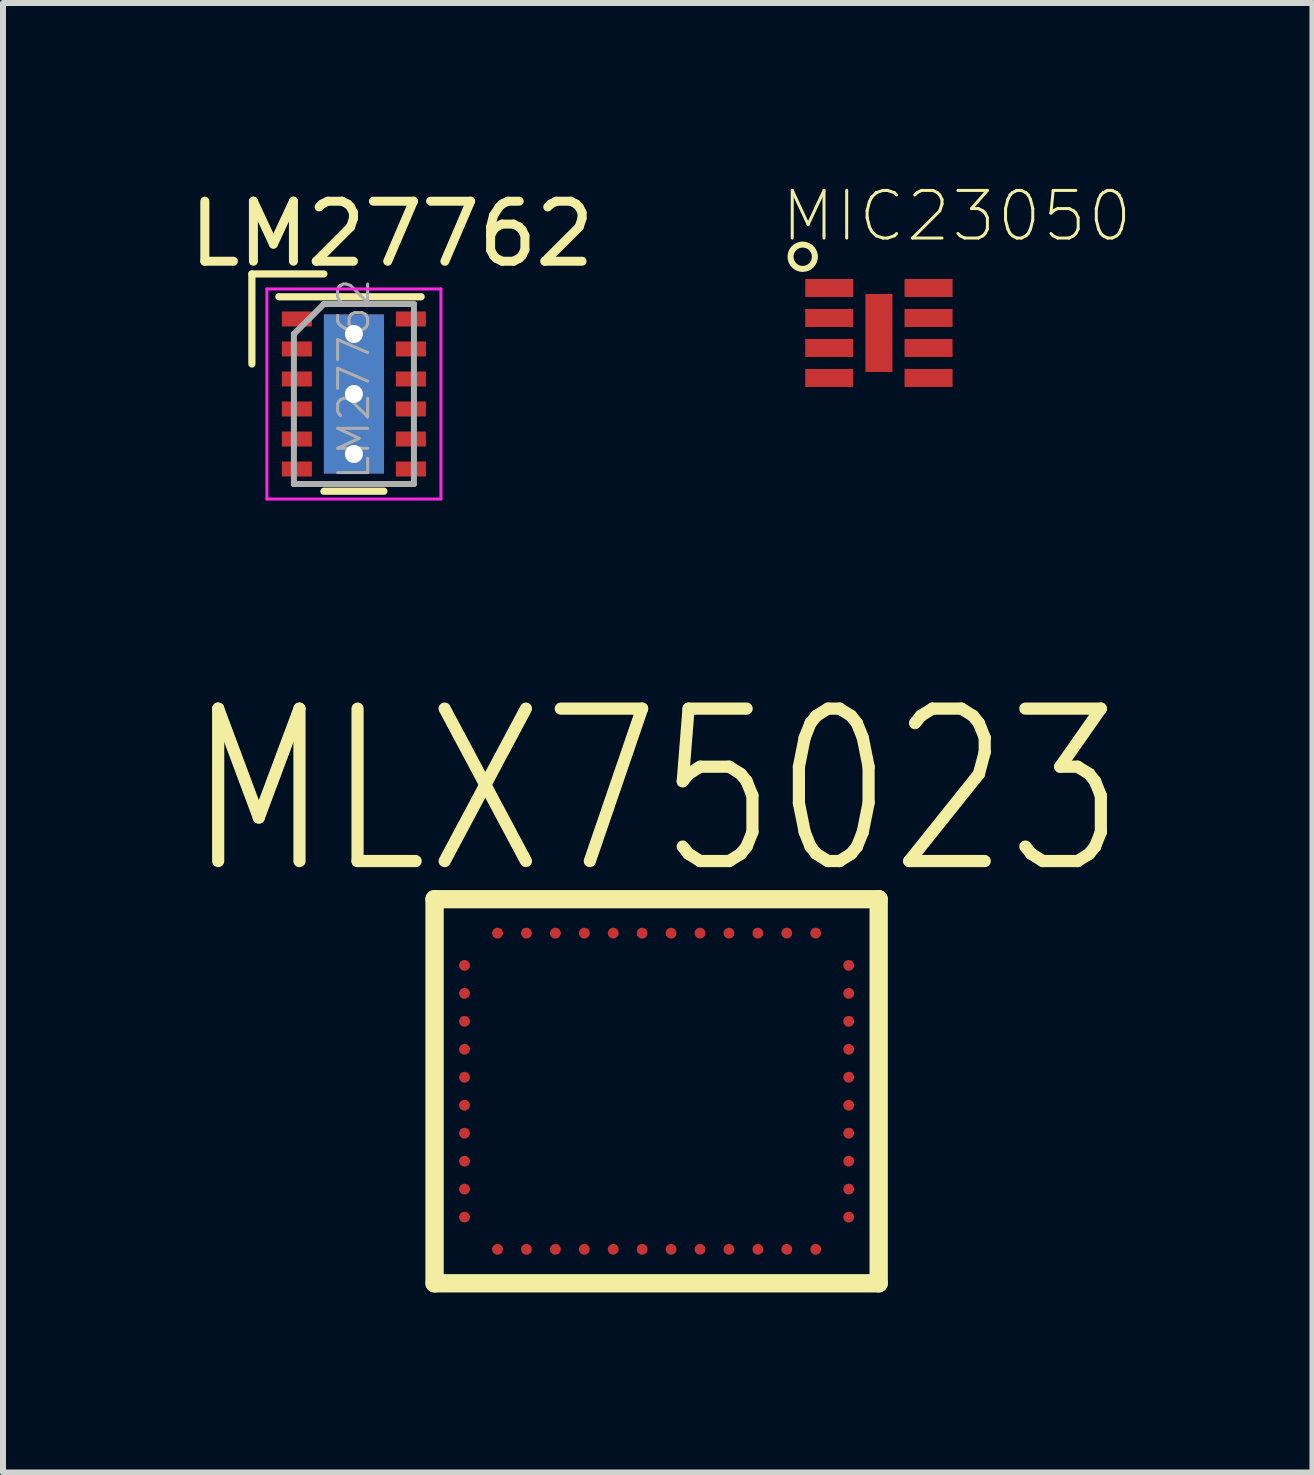
<source format=kicad_pcb>
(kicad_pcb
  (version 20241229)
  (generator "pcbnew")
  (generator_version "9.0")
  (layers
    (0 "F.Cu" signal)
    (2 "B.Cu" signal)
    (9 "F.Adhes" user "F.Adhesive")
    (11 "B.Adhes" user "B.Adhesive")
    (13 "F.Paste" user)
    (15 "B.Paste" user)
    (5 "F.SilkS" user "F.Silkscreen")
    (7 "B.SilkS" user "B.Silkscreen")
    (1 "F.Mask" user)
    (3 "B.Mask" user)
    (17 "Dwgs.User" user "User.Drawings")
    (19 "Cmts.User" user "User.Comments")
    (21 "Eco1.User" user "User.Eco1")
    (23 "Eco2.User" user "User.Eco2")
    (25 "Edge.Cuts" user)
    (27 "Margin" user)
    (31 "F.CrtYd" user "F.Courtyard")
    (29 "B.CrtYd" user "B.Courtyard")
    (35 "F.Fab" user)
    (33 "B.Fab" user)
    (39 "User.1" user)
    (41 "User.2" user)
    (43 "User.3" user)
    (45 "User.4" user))
  (footprint "LM27762"
    (layer "F.Cu")
    (at 2.847 3.515)
    (property "Reference" "LM27762" (at 0.635 -2.667 0) (layer "F.SilkS") (effects (font (size 1 1) (thickness 0.15))))
    (attr smd)
    (fp_line (start -1.7 -2) (end -0.5 -2) (stroke (width 0.12) (type solid)) (layer "F.SilkS"))
    (fp_line (start -1.7 -0.5) (end -1.7 -2) (stroke (width 0.12) (type solid)) (layer "F.SilkS"))
    (fp_line (start -1.25 -1.62) (end 1.12 -1.62) (stroke (width 0.12) (type solid)) (layer "F.SilkS"))
    (fp_line (start 0.5 1.62) (end -0.5 1.62) (stroke (width 0.12) (type solid)) (layer "F.SilkS"))
    (fp_line (start -1.45 -1.75) (end 1.45 -1.75) (stroke (width 0.05) (type solid)) (layer "F.CrtYd"))
    (fp_line (start -1.45 1.75) (end -1.45 -1.75) (stroke (width 0.05) (type solid)) (layer "F.CrtYd"))
    (fp_line (start 1.45 -1.75) (end 1.45 1.75) (stroke (width 0.05) (type solid)) (layer "F.CrtYd"))
    (fp_line (start 1.45 1.75) (end -1.45 1.75) (stroke (width 0.05) (type solid)) (layer "F.CrtYd"))
    (fp_line (start -1 -1) (end -0.5 -1.5) (stroke (width 0.1) (type solid)) (layer "F.Fab"))
    (fp_line (start -1 1.5) (end -1 -1) (stroke (width 0.1) (type solid)) (layer "F.Fab"))
    (fp_line (start -0.5 -1.5) (end 1 -1.5) (stroke (width 0.1) (type solid)) (layer "F.Fab"))
    (fp_line (start 1 -1.5) (end 1 1.5) (stroke (width 0.1) (type solid)) (layer "F.Fab"))
    (fp_line (start 1 1.5) (end -1 1.5) (stroke (width 0.1) (type solid)) (layer "F.Fab"))
    (fp_text user "${REFERENCE}" (at 0 -0.25 90) (layer "F.Fab") (effects (font (size 0.5 0.5) (thickness 0.05))))
    (pad "" smd rect (at 0 -0.5) (size 0.95 0.8) (layers "F.Paste"))
    (pad "" smd rect (at 0 0.5) (size 0.95 0.8) (layers "F.Paste"))
    (pad "1" smd rect (at -0.95 -1.25) (size 0.5 0.25) (layers "F.Cu" "F.Mask" "F.Paste"))
    (pad "2" smd rect (at -0.95 -0.75) (size 0.5 0.25) (layers "F.Cu" "F.Mask" "F.Paste"))
    (pad "3" smd rect (at -0.95 -0.25) (size 0.5 0.25) (layers "F.Cu" "F.Mask" "F.Paste"))
    (pad "4" smd rect (at -0.95 0.25) (size 0.5 0.25) (layers "F.Cu" "F.Mask" "F.Paste"))
    (pad "5" smd rect (at -0.95 0.75) (size 0.5 0.25) (layers "F.Cu" "F.Mask" "F.Paste"))
    (pad "6" smd rect (at -0.95 1.25) (size 0.5 0.25) (layers "F.Cu" "F.Mask" "F.Paste"))
    (pad "7" smd rect (at 0.95 1.25) (size 0.5 0.25) (layers "F.Cu" "F.Mask" "F.Paste"))
    (pad "8" smd rect (at 0.95 0.75) (size 0.5 0.25) (layers "F.Cu" "F.Mask" "F.Paste"))
    (pad "9" smd rect (at 0.95 0.25) (size 0.5 0.25) (layers "F.Cu" "F.Mask" "F.Paste"))
    (pad "10" smd rect (at 0.95 -0.25) (size 0.5 0.25) (layers "F.Cu" "F.Mask" "F.Paste"))
    (pad "11" smd rect (at 0.95 -0.75) (size 0.5 0.25) (layers "F.Cu" "F.Mask" "F.Paste"))
    (pad "12" smd rect (at 0.95 -1.25) (size 0.5 0.25) (layers "F.Cu" "F.Mask" "F.Paste"))
    (pad "13" thru_hole circle (at 0 -1 90) (size 0.6 0.6) (drill 0.3) (layers "*.Cu"))
    (pad "13" thru_hole circle (at 0 0) (size 0.6 0.6) (drill 0.3) (layers "*.Cu"))
    (pad "13" smd rect (at 0 0) (size 1 2.65) (layers "F.Cu" "F.Mask"))
    (pad "13" smd rect (at 0 0) (size 1 2.65) (layers "B.Cu"))
    (pad "13" thru_hole circle (at 0 1) (size 0.6 0.6) (drill 0.3) (layers "*.Cu")))
  (footprint "MIC23050"
    (layer "F.Cu")
    (at 11.595 2.498)
    (property "Reference" "MIC23050" (at 1.297 -1.946 0) (layer "F.SilkS") (effects (font (size 0.794 0.794) (thickness 0.05))))
    (attr smd)
    (fp_circle (center -1.27 -1.27) (end -1.067 -1.27) (stroke (width 0.1) (type solid)) (fill no) (layer "F.SilkS"))
    (pad "1" smd rect (at -0.827 -0.75) (size 0.8 0.3) (layers "F.Cu" "F.Mask" "F.Paste"))
    (pad "2" smd rect (at -0.827 -0.25) (size 0.8 0.3) (layers "F.Cu" "F.Mask" "F.Paste"))
    (pad "3" smd rect (at -0.827 0.25) (size 0.8 0.3) (layers "F.Cu" "F.Mask" "F.Paste"))
    (pad "4" smd rect (at -0.827 0.75) (size 0.8 0.3) (layers "F.Cu" "F.Mask" "F.Paste"))
    (pad "5" smd rect (at 0.827 0.75 180) (size 0.8 0.3) (layers "F.Cu" "F.Mask" "F.Paste"))
    (pad "6" smd rect (at 0.827 0.25 180) (size 0.8 0.3) (layers "F.Cu" "F.Mask" "F.Paste"))
    (pad "7" smd rect (at 0.827 -0.25 180) (size 0.8 0.3) (layers "F.Cu" "F.Mask" "F.Paste"))
    (pad "8" smd rect (at 0.827 -0.75 180) (size 0.8 0.3) (layers "F.Cu" "F.Mask" "F.Paste"))
    (pad "9" smd rect (at 0 0 270) (size 1.3 0.45) (layers "F.Cu" "F.Mask" "F.Paste")))
  (footprint "MLX75023"
    (layer "F.Cu")
    (at 7.891 15.133)
    (property "Reference" "MLX75023" (at 0 -5 0) (layer "F.SilkS") (effects (font (size 2.54 2.032) (thickness 0.203))))
    (attr through_hole)
    (fp_line (start -3.7 -3.2) (end -3.7 3.2) (stroke (width 0.305) (type solid)) (layer "F.SilkS"))
    (fp_line (start -3.7 3.2) (end 3.7 3.2) (stroke (width 0.305) (type solid)) (layer "F.SilkS"))
    (fp_line (start 3.7 -3.2) (end -3.7 -3.2) (stroke (width 0.305) (type solid)) (layer "F.SilkS"))
    (fp_line (start 3.7 3.2) (end 3.7 -3.2) (stroke (width 0.305) (type solid)) (layer "F.SilkS"))
    (pad "1" smd circle (at -3.201 -2.097) (size 0.18 0.18) (layers "F.Cu" "F.Mask" "F.Paste"))
    (pad "2" smd circle (at -3.201 -1.631) (size 0.18 0.18) (layers "F.Cu" "F.Mask" "F.Paste"))
    (pad "3" smd circle (at -3.201 -1.165) (size 0.18 0.18) (layers "F.Cu" "F.Mask" "F.Paste"))
    (pad "4" smd circle (at -3.201 -0.699) (size 0.18 0.18) (layers "F.Cu" "F.Mask" "F.Paste"))
    (pad "5" smd circle (at -3.201 -0.233) (size 0.18 0.18) (layers "F.Cu" "F.Mask" "F.Paste"))
    (pad "6" smd circle (at -3.201 0.233) (size 0.18 0.18) (layers "F.Cu" "F.Mask" "F.Paste"))
    (pad "7" smd circle (at -3.201 0.699) (size 0.18 0.18) (layers "F.Cu" "F.Mask" "F.Paste"))
    (pad "8" smd circle (at -3.201 1.165) (size 0.18 0.18) (layers "F.Cu" "F.Mask" "F.Paste"))
    (pad "9" smd circle (at -3.201 1.631) (size 0.18 0.18) (layers "F.Cu" "F.Mask" "F.Paste"))
    (pad "10" smd circle (at -3.201 2.097) (size 0.18 0.18) (layers "F.Cu" "F.Mask" "F.Paste"))
    (pad "11" smd circle (at -2.651 2.634) (size 0.18 0.18) (layers "F.Cu" "F.Mask" "F.Paste"))
    (pad "12" smd circle (at -2.169 2.634) (size 0.18 0.18) (layers "F.Cu" "F.Mask" "F.Paste"))
    (pad "13" smd circle (at -1.687 2.634) (size 0.18 0.18) (layers "F.Cu" "F.Mask" "F.Paste"))
    (pad "14" smd circle (at -1.205 2.634) (size 0.18 0.18) (layers "F.Cu" "F.Mask" "F.Paste"))
    (pad "15" smd circle (at -0.723 2.634) (size 0.18 0.18) (layers "F.Cu" "F.Mask" "F.Paste"))
    (pad "16" smd circle (at -0.241 2.634) (size 0.18 0.18) (layers "F.Cu" "F.Mask" "F.Paste"))
    (pad "17" smd circle (at 0.241 2.634) (size 0.18 0.18) (layers "F.Cu" "F.Mask" "F.Paste"))
    (pad "18" smd circle (at 0.723 2.634) (size 0.18 0.18) (layers "F.Cu" "F.Mask" "F.Paste"))
    (pad "19" smd circle (at 1.205 2.634) (size 0.18 0.18) (layers "F.Cu" "F.Mask" "F.Paste"))
    (pad "20" smd circle (at 1.687 2.634) (size 0.18 0.18) (layers "F.Cu" "F.Mask" "F.Paste"))
    (pad "21" smd circle (at 2.169 2.634) (size 0.18 0.18) (layers "F.Cu" "F.Mask" "F.Paste"))
    (pad "22" smd circle (at 2.651 2.634) (size 0.18 0.18) (layers "F.Cu" "F.Mask" "F.Paste"))
    (pad "23" smd circle (at 3.201 2.097) (size 0.18 0.18) (layers "F.Cu" "F.Mask" "F.Paste"))
    (pad "24" smd circle (at 3.201 1.631) (size 0.18 0.18) (layers "F.Cu" "F.Mask" "F.Paste"))
    (pad "25" smd circle (at 3.201 1.165) (size 0.18 0.18) (layers "F.Cu" "F.Mask" "F.Paste"))
    (pad "26" smd circle (at 3.201 0.699) (size 0.18 0.18) (layers "F.Cu" "F.Mask" "F.Paste"))
    (pad "27" smd circle (at 3.201 0.233) (size 0.18 0.18) (layers "F.Cu" "F.Mask" "F.Paste"))
    (pad "28" smd circle (at 3.201 -0.233) (size 0.18 0.18) (layers "F.Cu" "F.Mask" "F.Paste"))
    (pad "29" smd circle (at 3.201 -0.699) (size 0.18 0.18) (layers "F.Cu" "F.Mask" "F.Paste"))
    (pad "30" smd circle (at 3.201 -1.165) (size 0.18 0.18) (layers "F.Cu" "F.Mask" "F.Paste"))
    (pad "31" smd circle (at 3.201 -1.631) (size 0.18 0.18) (layers "F.Cu" "F.Mask" "F.Paste"))
    (pad "32" smd circle (at 3.201 -2.097) (size 0.18 0.18) (layers "F.Cu" "F.Mask" "F.Paste"))
    (pad "33" smd circle (at 2.651 -2.634) (size 0.18 0.18) (layers "F.Cu" "F.Mask" "F.Paste"))
    (pad "34" smd circle (at 2.169 -2.634) (size 0.18 0.18) (layers "F.Cu" "F.Mask" "F.Paste"))
    (pad "35" smd circle (at 1.687 -2.634) (size 0.18 0.18) (layers "F.Cu" "F.Mask" "F.Paste"))
    (pad "36" smd circle (at 1.205 -2.634) (size 0.18 0.18) (layers "F.Cu" "F.Mask" "F.Paste"))
    (pad "37" smd circle (at 0.723 -2.634) (size 0.18 0.18) (layers "F.Cu" "F.Mask" "F.Paste"))
    (pad "38" smd circle (at 0.241 -2.634) (size 0.18 0.18) (layers "F.Cu" "F.Mask" "F.Paste"))
    (pad "39" smd circle (at -0.241 -2.634) (size 0.18 0.18) (layers "F.Cu" "F.Mask" "F.Paste"))
    (pad "40" smd circle (at -0.723 -2.634) (size 0.18 0.18) (layers "F.Cu" "F.Mask" "F.Paste"))
    (pad "41" smd circle (at -1.205 -2.634) (size 0.18 0.18) (layers "F.Cu" "F.Mask" "F.Paste"))
    (pad "42" smd circle (at -1.687 -2.634) (size 0.18 0.18) (layers "F.Cu" "F.Mask" "F.Paste"))
    (pad "43" smd circle (at -2.169 -2.634) (size 0.18 0.18) (layers "F.Cu" "F.Mask" "F.Paste"))
    (pad "44" smd circle (at -2.651 -2.634) (size 0.18 0.18) (layers "F.Cu" "F.Mask" "F.Paste")))
  (gr_rect
    (start -3 -3)
    (end 18.819 21.485)
    (stroke (width 0.1) (type default))
    (fill no)
    (layer "Edge.Cuts")))
</source>
